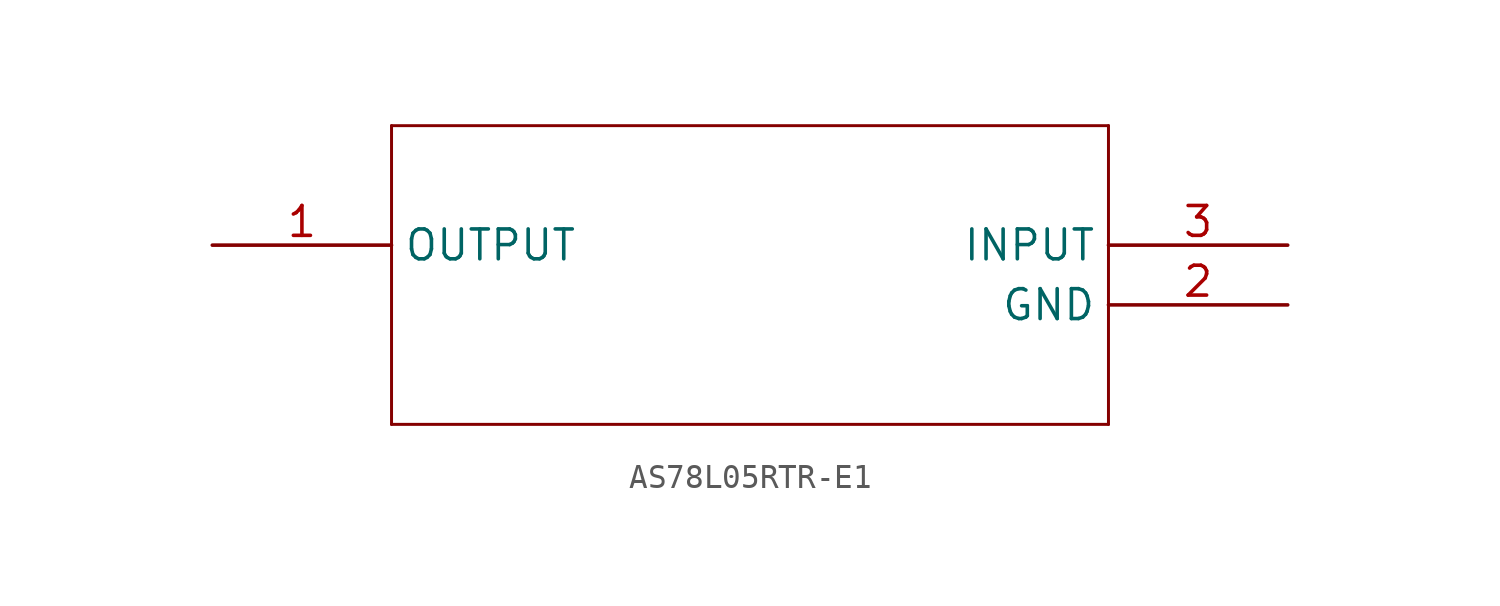
<source format=kicad_sym>
(kicad_symbol_lib
  (version 20231120)
  (generator "kicad_symbol_editor")
  (generator_version "8.0")
  (symbol "AS78L05RTR-E1"
    (property "Reference" "U"
      (at 0 0 0)
      (effects (font (size 1.27 1.27)) (hide yes)))
    (property "ki_locked" ""
      (at 0 0 0)
      (effects (font (size 1.27 1.27))))
    (symbol "AS78L05RTR-E1_1_0"
      (polyline (pts (xy 7.62 -7.62) (xy 38.1 -7.62)) (stroke (width 0.127) (type solid)) (fill (type none)))
      (polyline (pts (xy 7.62 5.08) (xy 7.62 -7.62)) (stroke (width 0.127) (type solid)) (fill (type none)))
      (polyline (pts (xy 38.1 -7.62) (xy 38.1 5.08)) (stroke (width 0.127) (type solid)) (fill (type none)))
      (polyline (pts (xy 38.1 5.08) (xy 7.62 5.08)) (stroke (width 0.127) (type solid)) (fill (type none)))
      (pin output line (at 0 0 0) (length 7.62) (name "OUTPUT" (effects (font (size 1.27 1.27)))) (number "1" (effects (font (size 1.27 1.27)))))
      (pin power_in line (at 45.72 -2.54 180) (length 7.62) (name "GND" (effects (font (size 1.27 1.27)))) (number "2" (effects (font (size 1.27 1.27)))))
      (pin input line (at 45.72 0 180) (length 7.62) (name "INPUT" (effects (font (size 1.27 1.27)))) (number "3" (effects (font (size 1.27 1.27))))))))
</source>
